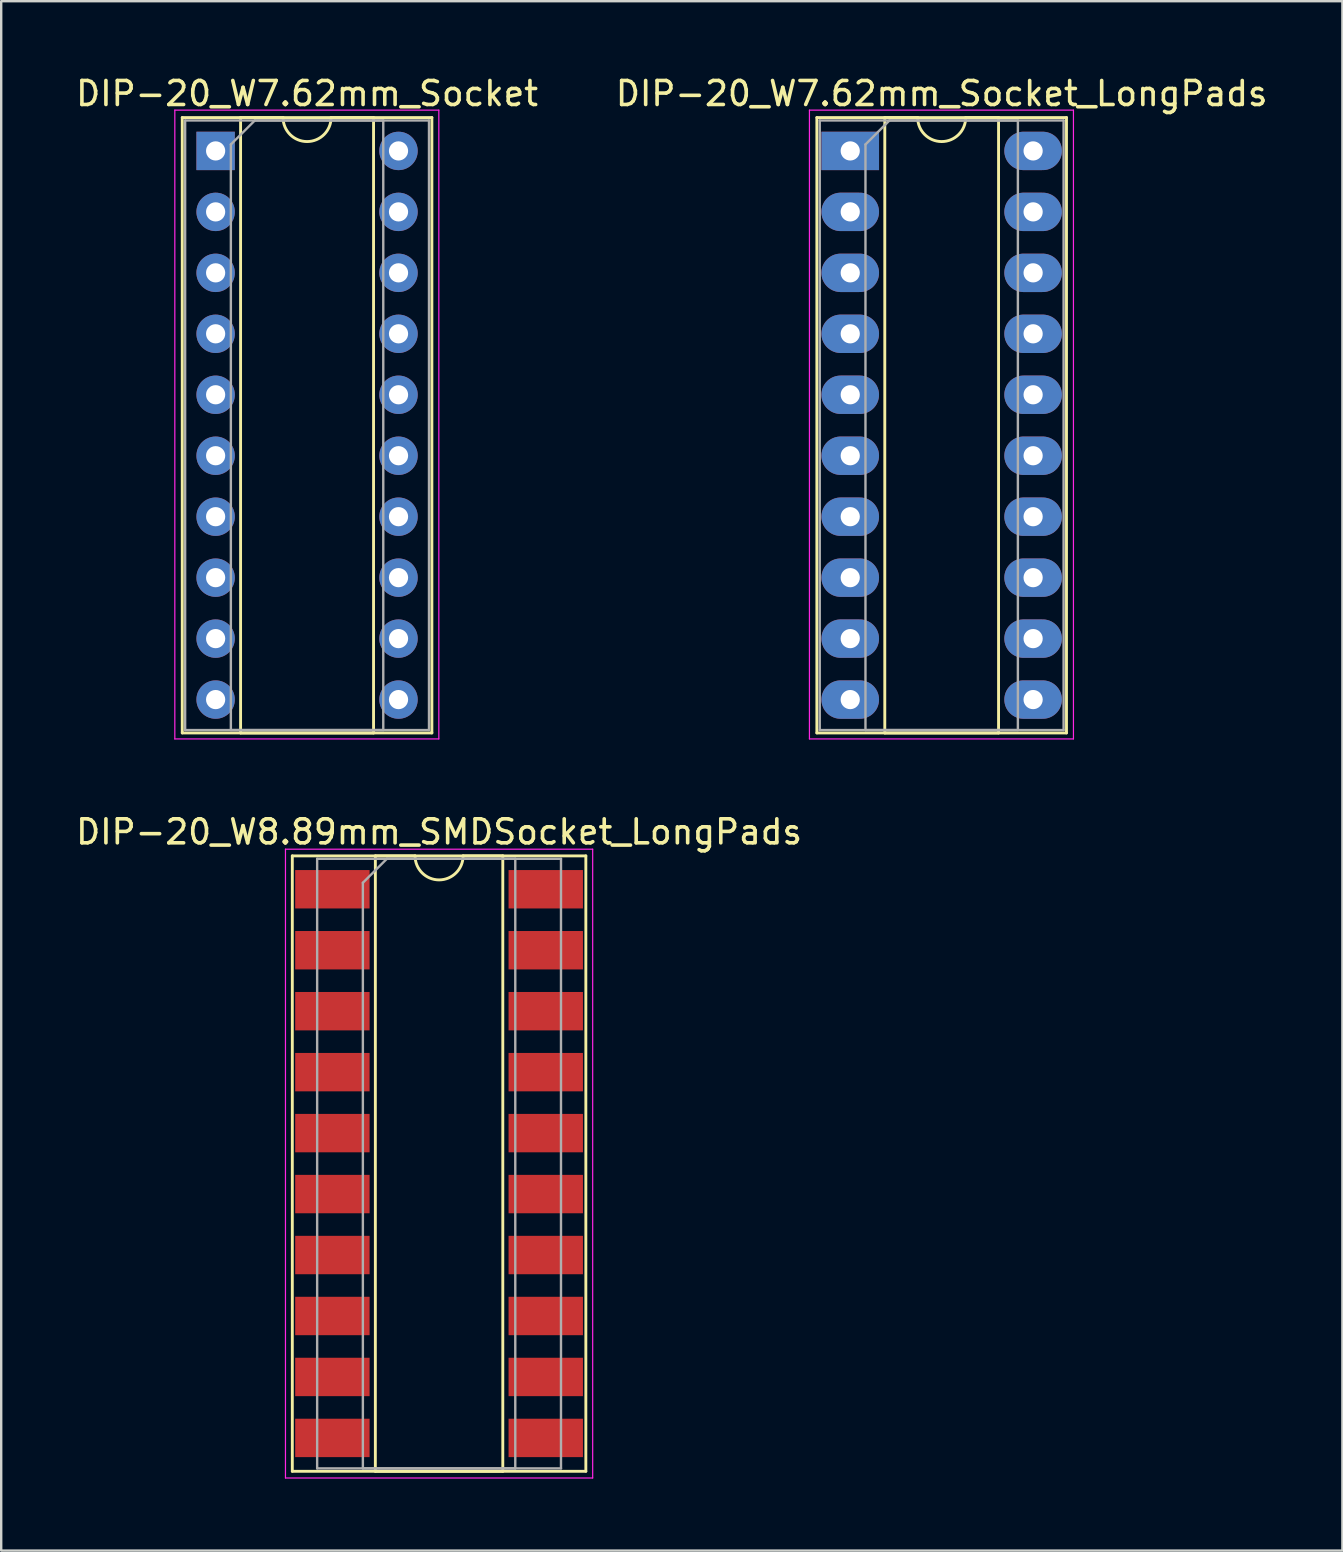
<source format=kicad_pcb>
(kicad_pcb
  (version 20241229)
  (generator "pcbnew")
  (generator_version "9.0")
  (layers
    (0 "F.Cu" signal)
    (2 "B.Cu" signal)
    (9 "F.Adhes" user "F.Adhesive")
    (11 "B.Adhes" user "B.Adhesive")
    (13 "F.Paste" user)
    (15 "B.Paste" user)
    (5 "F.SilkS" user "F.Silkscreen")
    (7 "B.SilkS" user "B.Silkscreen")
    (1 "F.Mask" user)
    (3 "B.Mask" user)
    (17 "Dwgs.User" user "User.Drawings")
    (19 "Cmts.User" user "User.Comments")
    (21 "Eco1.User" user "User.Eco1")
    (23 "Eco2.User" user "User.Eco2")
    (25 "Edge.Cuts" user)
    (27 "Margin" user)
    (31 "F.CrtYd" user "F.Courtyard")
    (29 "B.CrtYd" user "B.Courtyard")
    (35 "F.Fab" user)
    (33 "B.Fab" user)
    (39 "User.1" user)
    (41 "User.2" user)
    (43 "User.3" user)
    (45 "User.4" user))
  (footprint "DIP-20_W7.62mm_Socket_LongPads"
    (layer "F.Cu")
    (at 32.375 3.238)
    (property "Reference" "DIP-20_W7.62mm_Socket_LongPads" (at 3.81 -2.39 0) (layer "F.SilkS") (effects (font (size 1 1) (thickness 0.15))))
    (attr through_hole)
    (fp_line (start -1.39 -1.39) (end -1.39 24.25) (stroke (width 0.12) (type solid)) (layer "F.SilkS"))
    (fp_line (start -1.39 24.25) (end 9.01 24.25) (stroke (width 0.12) (type solid)) (layer "F.SilkS"))
    (fp_line (start 1.44 -1.39) (end 1.44 24.25) (stroke (width 0.12) (type solid)) (layer "F.SilkS"))
    (fp_line (start 1.44 24.25) (end 6.18 24.25) (stroke (width 0.12) (type solid)) (layer "F.SilkS"))
    (fp_line (start 2.81 -1.39) (end 1.44 -1.39) (stroke (width 0.12) (type solid)) (layer "F.SilkS"))
    (fp_line (start 6.18 -1.39) (end 4.81 -1.39) (stroke (width 0.12) (type solid)) (layer "F.SilkS"))
    (fp_line (start 6.18 24.25) (end 6.18 -1.39) (stroke (width 0.12) (type solid)) (layer "F.SilkS"))
    (fp_line (start 9.01 -1.39) (end -1.39 -1.39) (stroke (width 0.12) (type solid)) (layer "F.SilkS"))
    (fp_line (start 9.01 24.25) (end 9.01 -1.39) (stroke (width 0.12) (type solid)) (layer "F.SilkS"))
    (fp_arc (start 4.81 -1.39) (mid 3.81 -0.39) (end 2.81 -1.39) (stroke (width 0.12) (type solid)) (layer "F.SilkS"))
    (fp_line (start -1.7 -1.7) (end -1.7 24.5) (stroke (width 0.05) (type solid)) (layer "F.CrtYd"))
    (fp_line (start -1.7 24.5) (end 9.3 24.5) (stroke (width 0.05) (type solid)) (layer "F.CrtYd"))
    (fp_line (start 9.3 -1.7) (end -1.7 -1.7) (stroke (width 0.05) (type solid)) (layer "F.CrtYd"))
    (fp_line (start 9.3 24.5) (end 9.3 -1.7) (stroke (width 0.05) (type solid)) (layer "F.CrtYd"))
    (fp_line (start -1.27 -1.27) (end -1.27 24.13) (stroke (width 0.1) (type solid)) (layer "F.Fab"))
    (fp_line (start -1.27 24.13) (end 8.89 24.13) (stroke (width 0.1) (type solid)) (layer "F.Fab"))
    (fp_line (start 0.635 -0.27) (end 1.635 -1.27) (stroke (width 0.1) (type solid)) (layer "F.Fab"))
    (fp_line (start 0.635 24.13) (end 0.635 -0.27) (stroke (width 0.1) (type solid)) (layer "F.Fab"))
    (fp_line (start 1.635 -1.27) (end 6.985 -1.27) (stroke (width 0.1) (type solid)) (layer "F.Fab"))
    (fp_line (start 6.985 -1.27) (end 6.985 24.13) (stroke (width 0.1) (type solid)) (layer "F.Fab"))
    (fp_line (start 6.985 24.13) (end 0.635 24.13) (stroke (width 0.1) (type solid)) (layer "F.Fab"))
    (fp_line (start 8.89 -1.27) (end -1.27 -1.27) (stroke (width 0.1) (type solid)) (layer "F.Fab"))
    (fp_line (start 8.89 24.13) (end 8.89 -1.27) (stroke (width 0.1) (type solid)) (layer "F.Fab"))
    (pad "1" thru_hole rect (at 0 0) (size 2.4 1.6) (drill 0.8) (layers "*.Cu" "*.Mask"))
    (pad "2" thru_hole oval (at 0 2.54) (size 2.4 1.6) (drill 0.8) (layers "*.Cu" "*.Mask"))
    (pad "3" thru_hole oval (at 0 5.08) (size 2.4 1.6) (drill 0.8) (layers "*.Cu" "*.Mask"))
    (pad "4" thru_hole oval (at 0 7.62) (size 2.4 1.6) (drill 0.8) (layers "*.Cu" "*.Mask"))
    (pad "5" thru_hole oval (at 0 10.16) (size 2.4 1.6) (drill 0.8) (layers "*.Cu" "*.Mask"))
    (pad "6" thru_hole oval (at 0 12.7) (size 2.4 1.6) (drill 0.8) (layers "*.Cu" "*.Mask"))
    (pad "7" thru_hole oval (at 0 15.24) (size 2.4 1.6) (drill 0.8) (layers "*.Cu" "*.Mask"))
    (pad "8" thru_hole oval (at 0 17.78) (size 2.4 1.6) (drill 0.8) (layers "*.Cu" "*.Mask"))
    (pad "9" thru_hole oval (at 0 20.32) (size 2.4 1.6) (drill 0.8) (layers "*.Cu" "*.Mask"))
    (pad "10" thru_hole oval (at 0 22.86) (size 2.4 1.6) (drill 0.8) (layers "*.Cu" "*.Mask"))
    (pad "11" thru_hole oval (at 7.62 22.86) (size 2.4 1.6) (drill 0.8) (layers "*.Cu" "*.Mask"))
    (pad "12" thru_hole oval (at 7.62 20.32) (size 2.4 1.6) (drill 0.8) (layers "*.Cu" "*.Mask"))
    (pad "13" thru_hole oval (at 7.62 17.78) (size 2.4 1.6) (drill 0.8) (layers "*.Cu" "*.Mask"))
    (pad "14" thru_hole oval (at 7.62 15.24) (size 2.4 1.6) (drill 0.8) (layers "*.Cu" "*.Mask"))
    (pad "15" thru_hole oval (at 7.62 12.7) (size 2.4 1.6) (drill 0.8) (layers "*.Cu" "*.Mask"))
    (pad "16" thru_hole oval (at 7.62 10.16) (size 2.4 1.6) (drill 0.8) (layers "*.Cu" "*.Mask"))
    (pad "17" thru_hole oval (at 7.62 7.62) (size 2.4 1.6) (drill 0.8) (layers "*.Cu" "*.Mask"))
    (pad "18" thru_hole oval (at 7.62 5.08) (size 2.4 1.6) (drill 0.8) (layers "*.Cu" "*.Mask"))
    (pad "19" thru_hole oval (at 7.62 2.54) (size 2.4 1.6) (drill 0.8) (layers "*.Cu" "*.Mask"))
    (pad "20" thru_hole oval (at 7.62 0) (size 2.4 1.6) (drill 0.8) (layers "*.Cu" "*.Mask")))
  (footprint "DIP-20_W7.62mm_Socket"
    (layer "F.Cu")
    (at 5.934 3.238)
    (property "Reference" "DIP-20_W7.62mm_Socket" (at 3.81 -2.39 0) (layer "F.SilkS") (effects (font (size 1 1) (thickness 0.15))))
    (attr through_hole)
    (fp_line (start -1.39 -1.39) (end -1.39 24.25) (stroke (width 0.12) (type solid)) (layer "F.SilkS"))
    (fp_line (start -1.39 24.25) (end 9.01 24.25) (stroke (width 0.12) (type solid)) (layer "F.SilkS"))
    (fp_line (start 1.04 -1.39) (end 1.04 24.25) (stroke (width 0.12) (type solid)) (layer "F.SilkS"))
    (fp_line (start 1.04 24.25) (end 6.58 24.25) (stroke (width 0.12) (type solid)) (layer "F.SilkS"))
    (fp_line (start 2.81 -1.39) (end 1.04 -1.39) (stroke (width 0.12) (type solid)) (layer "F.SilkS"))
    (fp_line (start 6.58 -1.39) (end 4.81 -1.39) (stroke (width 0.12) (type solid)) (layer "F.SilkS"))
    (fp_line (start 6.58 24.25) (end 6.58 -1.39) (stroke (width 0.12) (type solid)) (layer "F.SilkS"))
    (fp_line (start 9.01 -1.39) (end -1.39 -1.39) (stroke (width 0.12) (type solid)) (layer "F.SilkS"))
    (fp_line (start 9.01 24.25) (end 9.01 -1.39) (stroke (width 0.12) (type solid)) (layer "F.SilkS"))
    (fp_arc (start 4.81 -1.39) (mid 3.81 -0.39) (end 2.81 -1.39) (stroke (width 0.12) (type solid)) (layer "F.SilkS"))
    (fp_line (start -1.7 -1.7) (end -1.7 24.5) (stroke (width 0.05) (type solid)) (layer "F.CrtYd"))
    (fp_line (start -1.7 24.5) (end 9.3 24.5) (stroke (width 0.05) (type solid)) (layer "F.CrtYd"))
    (fp_line (start 9.3 -1.7) (end -1.7 -1.7) (stroke (width 0.05) (type solid)) (layer "F.CrtYd"))
    (fp_line (start 9.3 24.5) (end 9.3 -1.7) (stroke (width 0.05) (type solid)) (layer "F.CrtYd"))
    (fp_line (start -1.27 -1.27) (end -1.27 24.13) (stroke (width 0.1) (type solid)) (layer "F.Fab"))
    (fp_line (start -1.27 24.13) (end 8.89 24.13) (stroke (width 0.1) (type solid)) (layer "F.Fab"))
    (fp_line (start 0.635 -0.27) (end 1.635 -1.27) (stroke (width 0.1) (type solid)) (layer "F.Fab"))
    (fp_line (start 0.635 24.13) (end 0.635 -0.27) (stroke (width 0.1) (type solid)) (layer "F.Fab"))
    (fp_line (start 1.635 -1.27) (end 6.985 -1.27) (stroke (width 0.1) (type solid)) (layer "F.Fab"))
    (fp_line (start 6.985 -1.27) (end 6.985 24.13) (stroke (width 0.1) (type solid)) (layer "F.Fab"))
    (fp_line (start 6.985 24.13) (end 0.635 24.13) (stroke (width 0.1) (type solid)) (layer "F.Fab"))
    (fp_line (start 8.89 -1.27) (end -1.27 -1.27) (stroke (width 0.1) (type solid)) (layer "F.Fab"))
    (fp_line (start 8.89 24.13) (end 8.89 -1.27) (stroke (width 0.1) (type solid)) (layer "F.Fab"))
    (pad "1" thru_hole rect (at 0 0) (size 1.6 1.6) (drill 0.8) (layers "*.Cu" "*.Mask"))
    (pad "2" thru_hole oval (at 0 2.54) (size 1.6 1.6) (drill 0.8) (layers "*.Cu" "*.Mask"))
    (pad "3" thru_hole oval (at 0 5.08) (size 1.6 1.6) (drill 0.8) (layers "*.Cu" "*.Mask"))
    (pad "4" thru_hole oval (at 0 7.62) (size 1.6 1.6) (drill 0.8) (layers "*.Cu" "*.Mask"))
    (pad "5" thru_hole oval (at 0 10.16) (size 1.6 1.6) (drill 0.8) (layers "*.Cu" "*.Mask"))
    (pad "6" thru_hole oval (at 0 12.7) (size 1.6 1.6) (drill 0.8) (layers "*.Cu" "*.Mask"))
    (pad "7" thru_hole oval (at 0 15.24) (size 1.6 1.6) (drill 0.8) (layers "*.Cu" "*.Mask"))
    (pad "8" thru_hole oval (at 0 17.78) (size 1.6 1.6) (drill 0.8) (layers "*.Cu" "*.Mask"))
    (pad "9" thru_hole oval (at 0 20.32) (size 1.6 1.6) (drill 0.8) (layers "*.Cu" "*.Mask"))
    (pad "10" thru_hole oval (at 0 22.86) (size 1.6 1.6) (drill 0.8) (layers "*.Cu" "*.Mask"))
    (pad "11" thru_hole oval (at 7.62 22.86) (size 1.6 1.6) (drill 0.8) (layers "*.Cu" "*.Mask"))
    (pad "12" thru_hole oval (at 7.62 20.32) (size 1.6 1.6) (drill 0.8) (layers "*.Cu" "*.Mask"))
    (pad "13" thru_hole oval (at 7.62 17.78) (size 1.6 1.6) (drill 0.8) (layers "*.Cu" "*.Mask"))
    (pad "14" thru_hole oval (at 7.62 15.24) (size 1.6 1.6) (drill 0.8) (layers "*.Cu" "*.Mask"))
    (pad "15" thru_hole oval (at 7.62 12.7) (size 1.6 1.6) (drill 0.8) (layers "*.Cu" "*.Mask"))
    (pad "16" thru_hole oval (at 7.62 10.16) (size 1.6 1.6) (drill 0.8) (layers "*.Cu" "*.Mask"))
    (pad "17" thru_hole oval (at 7.62 7.62) (size 1.6 1.6) (drill 0.8) (layers "*.Cu" "*.Mask"))
    (pad "18" thru_hole oval (at 7.62 5.08) (size 1.6 1.6) (drill 0.8) (layers "*.Cu" "*.Mask"))
    (pad "19" thru_hole oval (at 7.62 2.54) (size 1.6 1.6) (drill 0.8) (layers "*.Cu" "*.Mask"))
    (pad "20" thru_hole oval (at 7.62 0) (size 1.6 1.6) (drill 0.8) (layers "*.Cu" "*.Mask")))
  (footprint "DIP-20_W8.89mm_SMDSocket_LongPads"
    (layer "F.Cu")
    (at 15.244 45.431)
    (property "Reference" "DIP-20_W8.89mm_SMDSocket_LongPads" (at 0 -13.82 0) (layer "F.SilkS") (effects (font (size 1 1) (thickness 0.15))))
    (attr smd)
    (fp_line (start -6.115 -12.82) (end -6.115 12.82) (stroke (width 0.12) (type solid)) (layer "F.SilkS"))
    (fp_line (start -6.115 12.82) (end 6.115 12.82) (stroke (width 0.12) (type solid)) (layer "F.SilkS"))
    (fp_line (start -2.655 -12.82) (end -2.655 12.82) (stroke (width 0.12) (type solid)) (layer "F.SilkS"))
    (fp_line (start -2.655 12.82) (end 2.655 12.82) (stroke (width 0.12) (type solid)) (layer "F.SilkS"))
    (fp_line (start -1 -12.82) (end -2.655 -12.82) (stroke (width 0.12) (type solid)) (layer "F.SilkS"))
    (fp_line (start 2.655 -12.82) (end 1 -12.82) (stroke (width 0.12) (type solid)) (layer "F.SilkS"))
    (fp_line (start 2.655 12.82) (end 2.655 -12.82) (stroke (width 0.12) (type solid)) (layer "F.SilkS"))
    (fp_line (start 6.115 -12.82) (end -6.115 -12.82) (stroke (width 0.12) (type solid)) (layer "F.SilkS"))
    (fp_line (start 6.115 12.82) (end 6.115 -12.82) (stroke (width 0.12) (type solid)) (layer "F.SilkS"))
    (fp_arc (start 1 -12.82) (mid 0 -11.82) (end -1 -12.82) (stroke (width 0.12) (type solid)) (layer "F.SilkS"))
    (fp_line (start -6.4 -13.1) (end -6.4 13.1) (stroke (width 0.05) (type solid)) (layer "F.CrtYd"))
    (fp_line (start -6.4 13.1) (end 6.4 13.1) (stroke (width 0.05) (type solid)) (layer "F.CrtYd"))
    (fp_line (start 6.4 -13.1) (end -6.4 -13.1) (stroke (width 0.05) (type solid)) (layer "F.CrtYd"))
    (fp_line (start 6.4 13.1) (end 6.4 -13.1) (stroke (width 0.05) (type solid)) (layer "F.CrtYd"))
    (fp_line (start -5.08 -12.7) (end -5.08 12.7) (stroke (width 0.1) (type solid)) (layer "F.Fab"))
    (fp_line (start -5.08 12.7) (end 5.08 12.7) (stroke (width 0.1) (type solid)) (layer "F.Fab"))
    (fp_line (start -3.175 -11.7) (end -2.175 -12.7) (stroke (width 0.1) (type solid)) (layer "F.Fab"))
    (fp_line (start -3.175 12.7) (end -3.175 -11.7) (stroke (width 0.1) (type solid)) (layer "F.Fab"))
    (fp_line (start -2.175 -12.7) (end 3.175 -12.7) (stroke (width 0.1) (type solid)) (layer "F.Fab"))
    (fp_line (start 3.175 -12.7) (end 3.175 12.7) (stroke (width 0.1) (type solid)) (layer "F.Fab"))
    (fp_line (start 3.175 12.7) (end -3.175 12.7) (stroke (width 0.1) (type solid)) (layer "F.Fab"))
    (fp_line (start 5.08 -12.7) (end -5.08 -12.7) (stroke (width 0.1) (type solid)) (layer "F.Fab"))
    (fp_line (start 5.08 12.7) (end 5.08 -12.7) (stroke (width 0.1) (type solid)) (layer "F.Fab"))
    (pad "1" smd rect (at -4.445 -11.43) (size 3.1 1.6) (layers "F.Cu" "F.Mask"))
    (pad "2" smd rect (at -4.445 -8.89) (size 3.1 1.6) (layers "F.Cu" "F.Mask"))
    (pad "3" smd rect (at -4.445 -6.35) (size 3.1 1.6) (layers "F.Cu" "F.Mask"))
    (pad "4" smd rect (at -4.445 -3.81) (size 3.1 1.6) (layers "F.Cu" "F.Mask"))
    (pad "5" smd rect (at -4.445 -1.27) (size 3.1 1.6) (layers "F.Cu" "F.Mask"))
    (pad "6" smd rect (at -4.445 1.27) (size 3.1 1.6) (layers "F.Cu" "F.Mask"))
    (pad "7" smd rect (at -4.445 3.81) (size 3.1 1.6) (layers "F.Cu" "F.Mask"))
    (pad "8" smd rect (at -4.445 6.35) (size 3.1 1.6) (layers "F.Cu" "F.Mask"))
    (pad "9" smd rect (at -4.445 8.89) (size 3.1 1.6) (layers "F.Cu" "F.Mask"))
    (pad "10" smd rect (at -4.445 11.43) (size 3.1 1.6) (layers "F.Cu" "F.Mask"))
    (pad "11" smd rect (at 4.445 11.43) (size 3.1 1.6) (layers "F.Cu" "F.Mask"))
    (pad "12" smd rect (at 4.445 8.89) (size 3.1 1.6) (layers "F.Cu" "F.Mask"))
    (pad "13" smd rect (at 4.445 6.35) (size 3.1 1.6) (layers "F.Cu" "F.Mask"))
    (pad "14" smd rect (at 4.445 3.81) (size 3.1 1.6) (layers "F.Cu" "F.Mask"))
    (pad "15" smd rect (at 4.445 1.27) (size 3.1 1.6) (layers "F.Cu" "F.Mask"))
    (pad "16" smd rect (at 4.445 -1.27) (size 3.1 1.6) (layers "F.Cu" "F.Mask"))
    (pad "17" smd rect (at 4.445 -3.81) (size 3.1 1.6) (layers "F.Cu" "F.Mask"))
    (pad "18" smd rect (at 4.445 -6.35) (size 3.1 1.6) (layers "F.Cu" "F.Mask"))
    (pad "19" smd rect (at 4.445 -8.89) (size 3.1 1.6) (layers "F.Cu" "F.Mask"))
    (pad "20" smd rect (at 4.445 -11.43) (size 3.1 1.6) (layers "F.Cu" "F.Mask")))
  (gr_rect
    (start -3 -3)
    (end 52.881 61.556)
    (stroke (width 0.1) (type default))
    (fill no)
    (layer "Edge.Cuts")))
</source>
